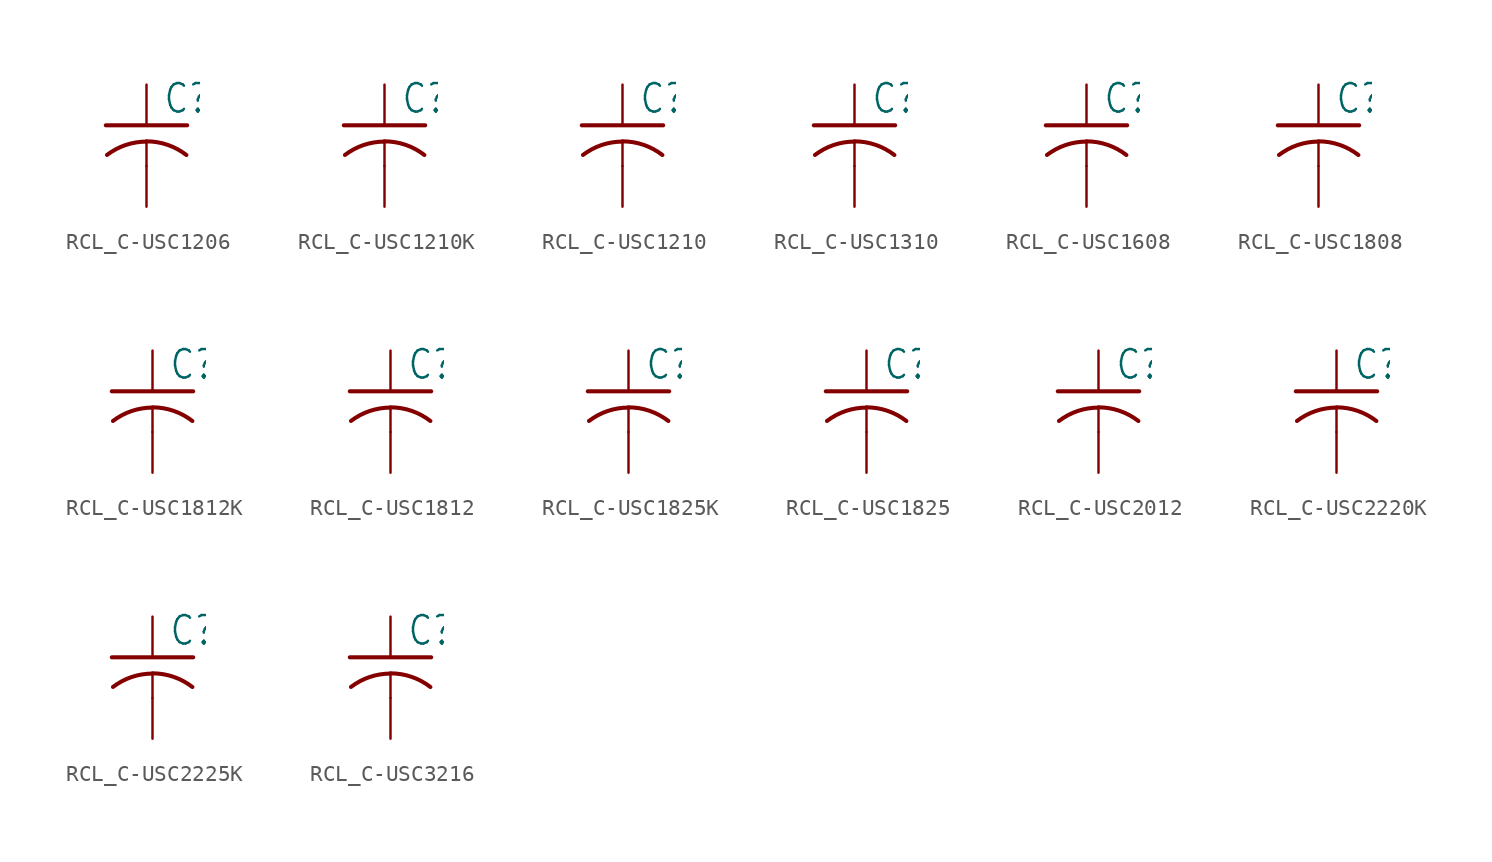
<source format=kicad_sym>
(kicad_symbol_lib
  (version 20220914)
  (generator kicad_symbol_editor)
  (symbol "RCL_C-USC1206"
    (property "Reference" "C"
      (at 1.016 0.635 0)
      (effects (font (size 1.778 1.511)) (justify left bottom)))
    (property "Value" ""
      (at 1.016 -4.191 0)
      (effects (font (size 1.778 1.511)) (justify left bottom)))
    (property "ki_locked" ""
      (at 0 0 0)
      (effects (font (size 1.27 1.27))))
    (symbol "RCL_C-USC1206_1_0"
      (arc (start 0 -1.0161) (mid -1.302 -1.2303) (end -2.4668 -1.8504) (stroke (width 0.254) (type solid)) (fill (type none)))
      (polyline (pts (xy -2.54 0) (xy 2.54 0)) (stroke (width 0.254) (type solid)) (fill (type none)))
      (polyline (pts (xy 0 -1.016) (xy 0 -2.54)) (stroke (width 0.152) (type solid)) (fill (type none)))
      (polyline (pts (xy 0 -1.016) (xy 0 -1.016)) (stroke (width 0.152) (type solid)) (fill (type none)))
      (arc (start 2.4892 -1.8541) (mid 1.3158 -1.2194) (end 0 -1) (stroke (width 0.254) (type solid)) (fill (type none)))
      (pin passive line (at 0 2.54 270) (length 2.54) (name "1" (effects (font (size 0 0)))) (number "1" (effects (font (size 0 0)))))
      (pin passive line (at 0 -5.08 90) (length 2.54) (name "2" (effects (font (size 0 0)))) (number "2" (effects (font (size 0 0)))))))
  (symbol "RCL_C-USC1210K"
    (property "Reference" "C"
      (at 1.016 0.635 0)
      (effects (font (size 1.778 1.511)) (justify left bottom)))
    (property "Value" ""
      (at 1.016 -4.191 0)
      (effects (font (size 1.778 1.511)) (justify left bottom)))
    (property "ki_locked" ""
      (at 0 0 0)
      (effects (font (size 1.27 1.27))))
    (symbol "RCL_C-USC1210K_1_0"
      (arc (start 0 -1.0161) (mid -1.302 -1.2303) (end -2.4668 -1.8504) (stroke (width 0.254) (type solid)) (fill (type none)))
      (polyline (pts (xy -2.54 0) (xy 2.54 0)) (stroke (width 0.254) (type solid)) (fill (type none)))
      (polyline (pts (xy 0 -1.016) (xy 0 -2.54)) (stroke (width 0.152) (type solid)) (fill (type none)))
      (polyline (pts (xy 0 -1.016) (xy 0 -1.016)) (stroke (width 0.152) (type solid)) (fill (type none)))
      (arc (start 2.4892 -1.8541) (mid 1.3158 -1.2194) (end 0 -1) (stroke (width 0.254) (type solid)) (fill (type none)))
      (pin passive line (at 0 2.54 270) (length 2.54) (name "1" (effects (font (size 0 0)))) (number "1" (effects (font (size 0 0)))))
      (pin passive line (at 0 -5.08 90) (length 2.54) (name "2" (effects (font (size 0 0)))) (number "2" (effects (font (size 0 0)))))))
  (symbol "RCL_C-USC1210"
    (property "Reference" "C"
      (at 1.016 0.635 0)
      (effects (font (size 1.778 1.511)) (justify left bottom)))
    (property "Value" ""
      (at 1.016 -4.191 0)
      (effects (font (size 1.778 1.511)) (justify left bottom)))
    (property "ki_locked" ""
      (at 0 0 0)
      (effects (font (size 1.27 1.27))))
    (symbol "RCL_C-USC1210_1_0"
      (arc (start 0 -1.0161) (mid -1.302 -1.2303) (end -2.4668 -1.8504) (stroke (width 0.254) (type solid)) (fill (type none)))
      (polyline (pts (xy -2.54 0) (xy 2.54 0)) (stroke (width 0.254) (type solid)) (fill (type none)))
      (polyline (pts (xy 0 -1.016) (xy 0 -2.54)) (stroke (width 0.152) (type solid)) (fill (type none)))
      (polyline (pts (xy 0 -1.016) (xy 0 -1.016)) (stroke (width 0.152) (type solid)) (fill (type none)))
      (arc (start 2.4892 -1.8541) (mid 1.3158 -1.2194) (end 0 -1) (stroke (width 0.254) (type solid)) (fill (type none)))
      (pin passive line (at 0 2.54 270) (length 2.54) (name "1" (effects (font (size 0 0)))) (number "1" (effects (font (size 0 0)))))
      (pin passive line (at 0 -5.08 90) (length 2.54) (name "2" (effects (font (size 0 0)))) (number "2" (effects (font (size 0 0)))))))
  (symbol "RCL_C-USC1310"
    (property "Reference" "C"
      (at 1.016 0.635 0)
      (effects (font (size 1.778 1.511)) (justify left bottom)))
    (property "Value" ""
      (at 1.016 -4.191 0)
      (effects (font (size 1.778 1.511)) (justify left bottom)))
    (property "ki_locked" ""
      (at 0 0 0)
      (effects (font (size 1.27 1.27))))
    (symbol "RCL_C-USC1310_1_0"
      (arc (start 0 -1.0161) (mid -1.302 -1.2303) (end -2.4668 -1.8504) (stroke (width 0.254) (type solid)) (fill (type none)))
      (polyline (pts (xy -2.54 0) (xy 2.54 0)) (stroke (width 0.254) (type solid)) (fill (type none)))
      (polyline (pts (xy 0 -1.016) (xy 0 -2.54)) (stroke (width 0.152) (type solid)) (fill (type none)))
      (polyline (pts (xy 0 -1.016) (xy 0 -1.016)) (stroke (width 0.152) (type solid)) (fill (type none)))
      (arc (start 2.4892 -1.8541) (mid 1.3158 -1.2194) (end 0 -1) (stroke (width 0.254) (type solid)) (fill (type none)))
      (pin passive line (at 0 2.54 270) (length 2.54) (name "1" (effects (font (size 0 0)))) (number "1" (effects (font (size 0 0)))))
      (pin passive line (at 0 -5.08 90) (length 2.54) (name "2" (effects (font (size 0 0)))) (number "2" (effects (font (size 0 0)))))))
  (symbol "RCL_C-USC1608"
    (property "Reference" "C"
      (at 1.016 0.635 0)
      (effects (font (size 1.778 1.511)) (justify left bottom)))
    (property "Value" ""
      (at 1.016 -4.191 0)
      (effects (font (size 1.778 1.511)) (justify left bottom)))
    (property "ki_locked" ""
      (at 0 0 0)
      (effects (font (size 1.27 1.27))))
    (symbol "RCL_C-USC1608_1_0"
      (arc (start 0 -1.0161) (mid -1.302 -1.2303) (end -2.4668 -1.8504) (stroke (width 0.254) (type solid)) (fill (type none)))
      (polyline (pts (xy -2.54 0) (xy 2.54 0)) (stroke (width 0.254) (type solid)) (fill (type none)))
      (polyline (pts (xy 0 -1.016) (xy 0 -2.54)) (stroke (width 0.152) (type solid)) (fill (type none)))
      (polyline (pts (xy 0 -1.016) (xy 0 -1.016)) (stroke (width 0.152) (type solid)) (fill (type none)))
      (arc (start 2.4892 -1.8541) (mid 1.3158 -1.2194) (end 0 -1) (stroke (width 0.254) (type solid)) (fill (type none)))
      (pin passive line (at 0 2.54 270) (length 2.54) (name "1" (effects (font (size 0 0)))) (number "1" (effects (font (size 0 0)))))
      (pin passive line (at 0 -5.08 90) (length 2.54) (name "2" (effects (font (size 0 0)))) (number "2" (effects (font (size 0 0)))))))
  (symbol "RCL_C-USC1808"
    (property "Reference" "C"
      (at 1.016 0.635 0)
      (effects (font (size 1.778 1.511)) (justify left bottom)))
    (property "Value" ""
      (at 1.016 -4.191 0)
      (effects (font (size 1.778 1.511)) (justify left bottom)))
    (property "ki_locked" ""
      (at 0 0 0)
      (effects (font (size 1.27 1.27))))
    (symbol "RCL_C-USC1808_1_0"
      (arc (start 0 -1.0161) (mid -1.302 -1.2303) (end -2.4668 -1.8504) (stroke (width 0.254) (type solid)) (fill (type none)))
      (polyline (pts (xy -2.54 0) (xy 2.54 0)) (stroke (width 0.254) (type solid)) (fill (type none)))
      (polyline (pts (xy 0 -1.016) (xy 0 -2.54)) (stroke (width 0.152) (type solid)) (fill (type none)))
      (polyline (pts (xy 0 -1.016) (xy 0 -1.016)) (stroke (width 0.152) (type solid)) (fill (type none)))
      (arc (start 2.4892 -1.8541) (mid 1.3158 -1.2194) (end 0 -1) (stroke (width 0.254) (type solid)) (fill (type none)))
      (pin passive line (at 0 2.54 270) (length 2.54) (name "1" (effects (font (size 0 0)))) (number "1" (effects (font (size 0 0)))))
      (pin passive line (at 0 -5.08 90) (length 2.54) (name "2" (effects (font (size 0 0)))) (number "2" (effects (font (size 0 0)))))))
  (symbol "RCL_C-USC1812K"
    (property "Reference" "C"
      (at 1.016 0.635 0)
      (effects (font (size 1.778 1.511)) (justify left bottom)))
    (property "Value" ""
      (at 1.016 -4.191 0)
      (effects (font (size 1.778 1.511)) (justify left bottom)))
    (property "ki_locked" ""
      (at 0 0 0)
      (effects (font (size 1.27 1.27))))
    (symbol "RCL_C-USC1812K_1_0"
      (arc (start 0 -1.0161) (mid -1.302 -1.2303) (end -2.4668 -1.8504) (stroke (width 0.254) (type solid)) (fill (type none)))
      (polyline (pts (xy -2.54 0) (xy 2.54 0)) (stroke (width 0.254) (type solid)) (fill (type none)))
      (polyline (pts (xy 0 -1.016) (xy 0 -2.54)) (stroke (width 0.152) (type solid)) (fill (type none)))
      (polyline (pts (xy 0 -1.016) (xy 0 -1.016)) (stroke (width 0.152) (type solid)) (fill (type none)))
      (arc (start 2.4892 -1.8541) (mid 1.3158 -1.2194) (end 0 -1) (stroke (width 0.254) (type solid)) (fill (type none)))
      (pin passive line (at 0 2.54 270) (length 2.54) (name "1" (effects (font (size 0 0)))) (number "1" (effects (font (size 0 0)))))
      (pin passive line (at 0 -5.08 90) (length 2.54) (name "2" (effects (font (size 0 0)))) (number "2" (effects (font (size 0 0)))))))
  (symbol "RCL_C-USC1812"
    (property "Reference" "C"
      (at 1.016 0.635 0)
      (effects (font (size 1.778 1.511)) (justify left bottom)))
    (property "Value" ""
      (at 1.016 -4.191 0)
      (effects (font (size 1.778 1.511)) (justify left bottom)))
    (property "ki_locked" ""
      (at 0 0 0)
      (effects (font (size 1.27 1.27))))
    (symbol "RCL_C-USC1812_1_0"
      (arc (start 0 -1.0161) (mid -1.302 -1.2303) (end -2.4668 -1.8504) (stroke (width 0.254) (type solid)) (fill (type none)))
      (polyline (pts (xy -2.54 0) (xy 2.54 0)) (stroke (width 0.254) (type solid)) (fill (type none)))
      (polyline (pts (xy 0 -1.016) (xy 0 -2.54)) (stroke (width 0.152) (type solid)) (fill (type none)))
      (polyline (pts (xy 0 -1.016) (xy 0 -1.016)) (stroke (width 0.152) (type solid)) (fill (type none)))
      (arc (start 2.4892 -1.8541) (mid 1.3158 -1.2194) (end 0 -1) (stroke (width 0.254) (type solid)) (fill (type none)))
      (pin passive line (at 0 2.54 270) (length 2.54) (name "1" (effects (font (size 0 0)))) (number "1" (effects (font (size 0 0)))))
      (pin passive line (at 0 -5.08 90) (length 2.54) (name "2" (effects (font (size 0 0)))) (number "2" (effects (font (size 0 0)))))))
  (symbol "RCL_C-USC1825K"
    (property "Reference" "C"
      (at 1.016 0.635 0)
      (effects (font (size 1.778 1.511)) (justify left bottom)))
    (property "Value" ""
      (at 1.016 -4.191 0)
      (effects (font (size 1.778 1.511)) (justify left bottom)))
    (property "ki_locked" ""
      (at 0 0 0)
      (effects (font (size 1.27 1.27))))
    (symbol "RCL_C-USC1825K_1_0"
      (arc (start 0 -1.0161) (mid -1.302 -1.2303) (end -2.4668 -1.8504) (stroke (width 0.254) (type solid)) (fill (type none)))
      (polyline (pts (xy -2.54 0) (xy 2.54 0)) (stroke (width 0.254) (type solid)) (fill (type none)))
      (polyline (pts (xy 0 -1.016) (xy 0 -2.54)) (stroke (width 0.152) (type solid)) (fill (type none)))
      (polyline (pts (xy 0 -1.016) (xy 0 -1.016)) (stroke (width 0.152) (type solid)) (fill (type none)))
      (arc (start 2.4892 -1.8541) (mid 1.3158 -1.2194) (end 0 -1) (stroke (width 0.254) (type solid)) (fill (type none)))
      (pin passive line (at 0 2.54 270) (length 2.54) (name "1" (effects (font (size 0 0)))) (number "1" (effects (font (size 0 0)))))
      (pin passive line (at 0 -5.08 90) (length 2.54) (name "2" (effects (font (size 0 0)))) (number "2" (effects (font (size 0 0)))))))
  (symbol "RCL_C-USC1825"
    (property "Reference" "C"
      (at 1.016 0.635 0)
      (effects (font (size 1.778 1.511)) (justify left bottom)))
    (property "Value" ""
      (at 1.016 -4.191 0)
      (effects (font (size 1.778 1.511)) (justify left bottom)))
    (property "ki_locked" ""
      (at 0 0 0)
      (effects (font (size 1.27 1.27))))
    (symbol "RCL_C-USC1825_1_0"
      (arc (start 0 -1.0161) (mid -1.302 -1.2303) (end -2.4668 -1.8504) (stroke (width 0.254) (type solid)) (fill (type none)))
      (polyline (pts (xy -2.54 0) (xy 2.54 0)) (stroke (width 0.254) (type solid)) (fill (type none)))
      (polyline (pts (xy 0 -1.016) (xy 0 -2.54)) (stroke (width 0.152) (type solid)) (fill (type none)))
      (polyline (pts (xy 0 -1.016) (xy 0 -1.016)) (stroke (width 0.152) (type solid)) (fill (type none)))
      (arc (start 2.4892 -1.8541) (mid 1.3158 -1.2194) (end 0 -1) (stroke (width 0.254) (type solid)) (fill (type none)))
      (pin passive line (at 0 2.54 270) (length 2.54) (name "1" (effects (font (size 0 0)))) (number "1" (effects (font (size 0 0)))))
      (pin passive line (at 0 -5.08 90) (length 2.54) (name "2" (effects (font (size 0 0)))) (number "2" (effects (font (size 0 0)))))))
  (symbol "RCL_C-USC2012"
    (property "Reference" "C"
      (at 1.016 0.635 0)
      (effects (font (size 1.778 1.511)) (justify left bottom)))
    (property "Value" ""
      (at 1.016 -4.191 0)
      (effects (font (size 1.778 1.511)) (justify left bottom)))
    (property "ki_locked" ""
      (at 0 0 0)
      (effects (font (size 1.27 1.27))))
    (symbol "RCL_C-USC2012_1_0"
      (arc (start 0 -1.0161) (mid -1.302 -1.2303) (end -2.4668 -1.8504) (stroke (width 0.254) (type solid)) (fill (type none)))
      (polyline (pts (xy -2.54 0) (xy 2.54 0)) (stroke (width 0.254) (type solid)) (fill (type none)))
      (polyline (pts (xy 0 -1.016) (xy 0 -2.54)) (stroke (width 0.152) (type solid)) (fill (type none)))
      (polyline (pts (xy 0 -1.016) (xy 0 -1.016)) (stroke (width 0.152) (type solid)) (fill (type none)))
      (arc (start 2.4892 -1.8541) (mid 1.3158 -1.2194) (end 0 -1) (stroke (width 0.254) (type solid)) (fill (type none)))
      (pin passive line (at 0 2.54 270) (length 2.54) (name "1" (effects (font (size 0 0)))) (number "1" (effects (font (size 0 0)))))
      (pin passive line (at 0 -5.08 90) (length 2.54) (name "2" (effects (font (size 0 0)))) (number "2" (effects (font (size 0 0)))))))
  (symbol "RCL_C-USC2220K"
    (property "Reference" "C"
      (at 1.016 0.635 0)
      (effects (font (size 1.778 1.511)) (justify left bottom)))
    (property "Value" ""
      (at 1.016 -4.191 0)
      (effects (font (size 1.778 1.511)) (justify left bottom)))
    (property "ki_locked" ""
      (at 0 0 0)
      (effects (font (size 1.27 1.27))))
    (symbol "RCL_C-USC2220K_1_0"
      (arc (start 0 -1.0161) (mid -1.302 -1.2303) (end -2.4668 -1.8504) (stroke (width 0.254) (type solid)) (fill (type none)))
      (polyline (pts (xy -2.54 0) (xy 2.54 0)) (stroke (width 0.254) (type solid)) (fill (type none)))
      (polyline (pts (xy 0 -1.016) (xy 0 -2.54)) (stroke (width 0.152) (type solid)) (fill (type none)))
      (polyline (pts (xy 0 -1.016) (xy 0 -1.016)) (stroke (width 0.152) (type solid)) (fill (type none)))
      (arc (start 2.4892 -1.8541) (mid 1.3158 -1.2194) (end 0 -1) (stroke (width 0.254) (type solid)) (fill (type none)))
      (pin passive line (at 0 2.54 270) (length 2.54) (name "1" (effects (font (size 0 0)))) (number "1" (effects (font (size 0 0)))))
      (pin passive line (at 0 -5.08 90) (length 2.54) (name "2" (effects (font (size 0 0)))) (number "2" (effects (font (size 0 0)))))))
  (symbol "RCL_C-USC2225K"
    (property "Reference" "C"
      (at 1.016 0.635 0)
      (effects (font (size 1.778 1.511)) (justify left bottom)))
    (property "Value" ""
      (at 1.016 -4.191 0)
      (effects (font (size 1.778 1.511)) (justify left bottom)))
    (property "ki_locked" ""
      (at 0 0 0)
      (effects (font (size 1.27 1.27))))
    (symbol "RCL_C-USC2225K_1_0"
      (arc (start 0 -1.0161) (mid -1.302 -1.2303) (end -2.4668 -1.8504) (stroke (width 0.254) (type solid)) (fill (type none)))
      (polyline (pts (xy -2.54 0) (xy 2.54 0)) (stroke (width 0.254) (type solid)) (fill (type none)))
      (polyline (pts (xy 0 -1.016) (xy 0 -2.54)) (stroke (width 0.152) (type solid)) (fill (type none)))
      (polyline (pts (xy 0 -1.016) (xy 0 -1.016)) (stroke (width 0.152) (type solid)) (fill (type none)))
      (arc (start 2.4892 -1.8541) (mid 1.3158 -1.2194) (end 0 -1) (stroke (width 0.254) (type solid)) (fill (type none)))
      (pin passive line (at 0 2.54 270) (length 2.54) (name "1" (effects (font (size 0 0)))) (number "1" (effects (font (size 0 0)))))
      (pin passive line (at 0 -5.08 90) (length 2.54) (name "2" (effects (font (size 0 0)))) (number "2" (effects (font (size 0 0)))))))
  (symbol "RCL_C-USC3216"
    (property "Reference" "C"
      (at 1.016 0.635 0)
      (effects (font (size 1.778 1.511)) (justify left bottom)))
    (property "Value" ""
      (at 1.016 -4.191 0)
      (effects (font (size 1.778 1.511)) (justify left bottom)))
    (property "ki_locked" ""
      (at 0 0 0)
      (effects (font (size 1.27 1.27))))
    (symbol "RCL_C-USC3216_1_0"
      (arc (start 0 -1.0161) (mid -1.302 -1.2303) (end -2.4668 -1.8504) (stroke (width 0.254) (type solid)) (fill (type none)))
      (polyline (pts (xy -2.54 0) (xy 2.54 0)) (stroke (width 0.254) (type solid)) (fill (type none)))
      (polyline (pts (xy 0 -1.016) (xy 0 -2.54)) (stroke (width 0.152) (type solid)) (fill (type none)))
      (polyline (pts (xy 0 -1.016) (xy 0 -1.016)) (stroke (width 0.152) (type solid)) (fill (type none)))
      (arc (start 2.4892 -1.8541) (mid 1.3158 -1.2194) (end 0 -1) (stroke (width 0.254) (type solid)) (fill (type none)))
      (pin passive line (at 0 2.54 270) (length 2.54) (name "1" (effects (font (size 0 0)))) (number "1" (effects (font (size 0 0)))))
      (pin passive line (at 0 -5.08 90) (length 2.54) (name "2" (effects (font (size 0 0)))) (number "2" (effects (font (size 0 0))))))))
</source>
